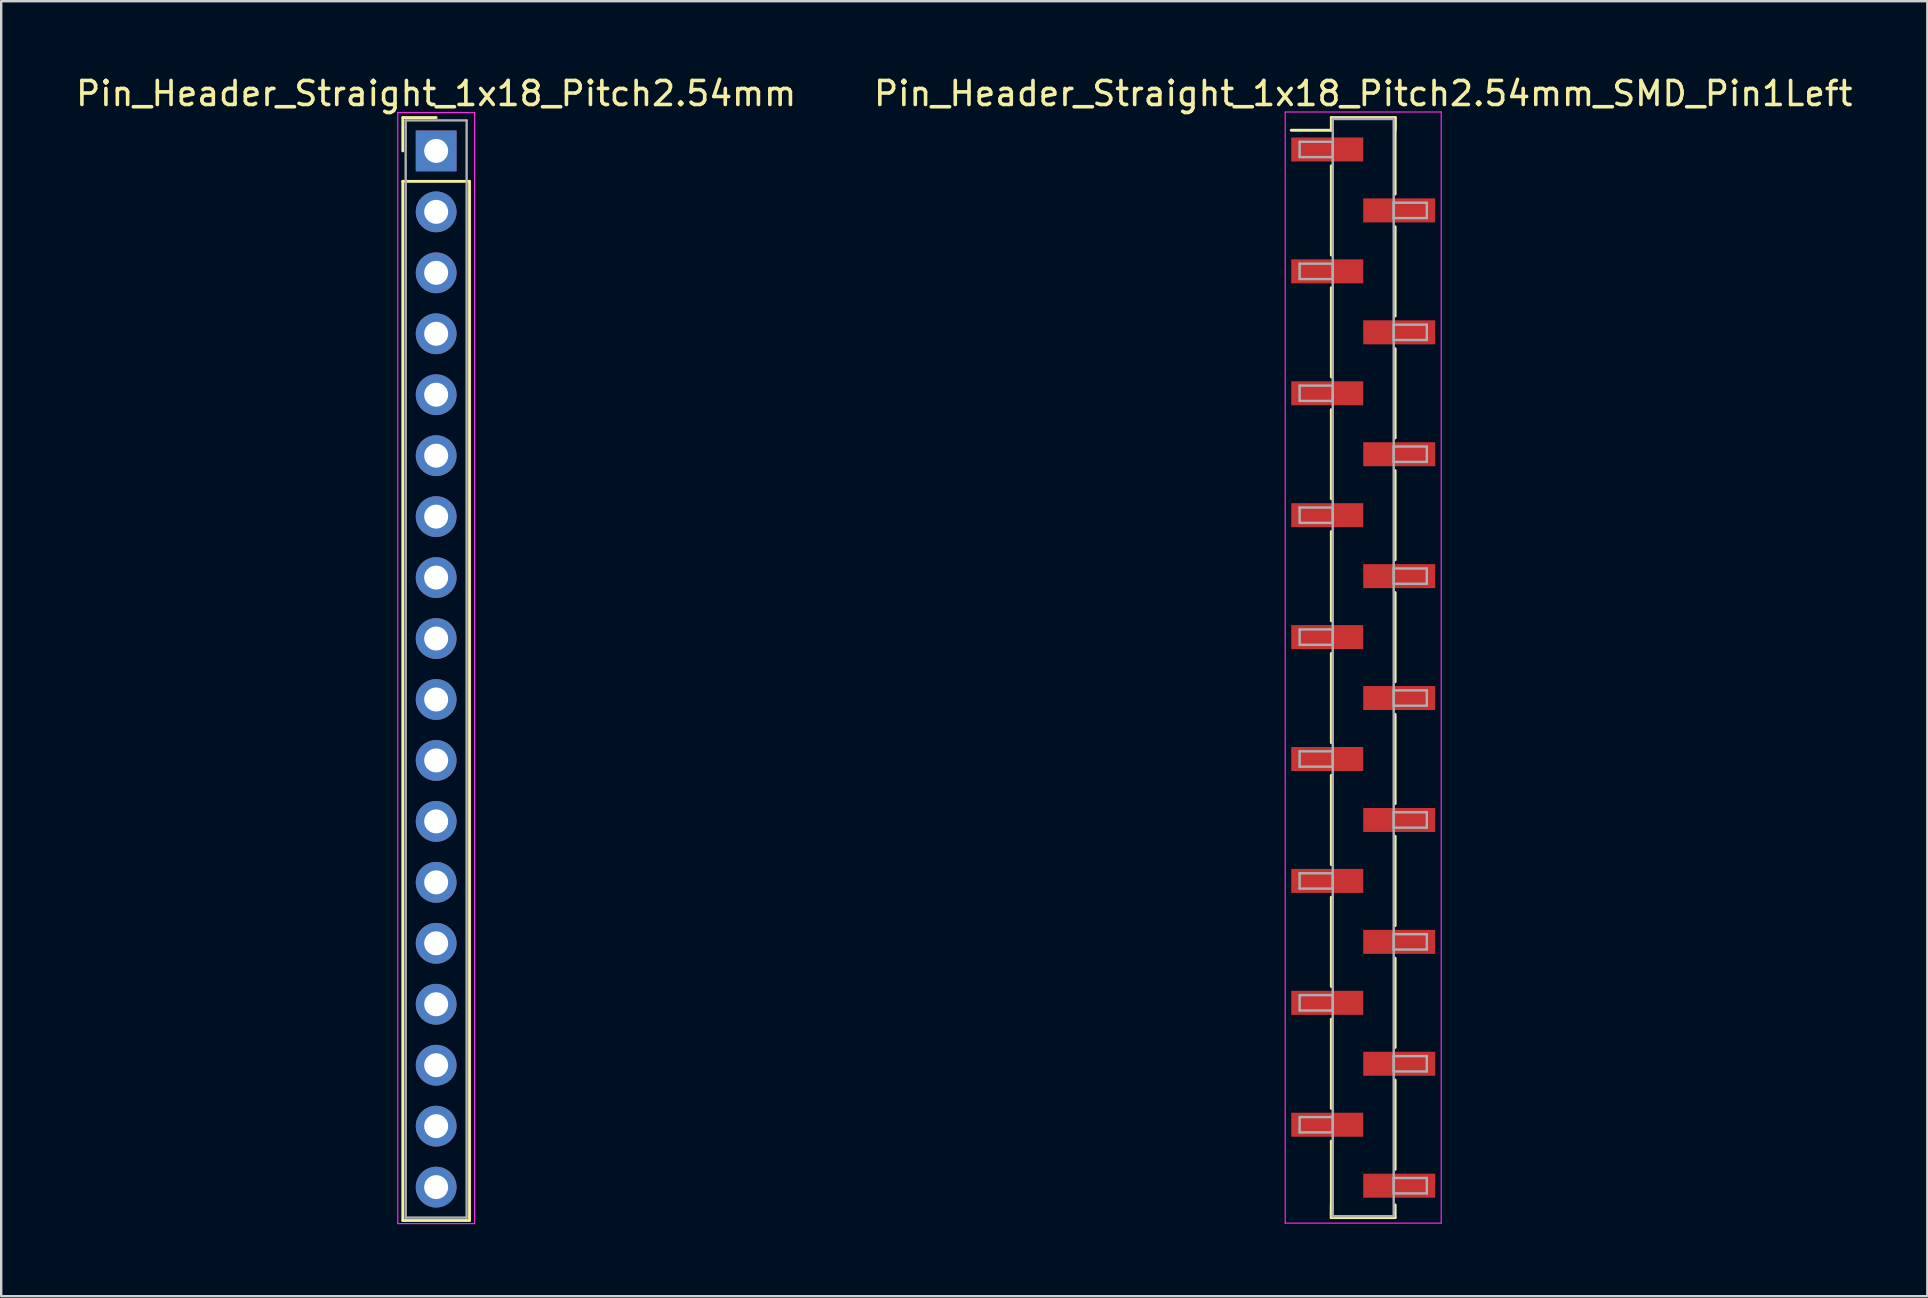
<source format=kicad_pcb>
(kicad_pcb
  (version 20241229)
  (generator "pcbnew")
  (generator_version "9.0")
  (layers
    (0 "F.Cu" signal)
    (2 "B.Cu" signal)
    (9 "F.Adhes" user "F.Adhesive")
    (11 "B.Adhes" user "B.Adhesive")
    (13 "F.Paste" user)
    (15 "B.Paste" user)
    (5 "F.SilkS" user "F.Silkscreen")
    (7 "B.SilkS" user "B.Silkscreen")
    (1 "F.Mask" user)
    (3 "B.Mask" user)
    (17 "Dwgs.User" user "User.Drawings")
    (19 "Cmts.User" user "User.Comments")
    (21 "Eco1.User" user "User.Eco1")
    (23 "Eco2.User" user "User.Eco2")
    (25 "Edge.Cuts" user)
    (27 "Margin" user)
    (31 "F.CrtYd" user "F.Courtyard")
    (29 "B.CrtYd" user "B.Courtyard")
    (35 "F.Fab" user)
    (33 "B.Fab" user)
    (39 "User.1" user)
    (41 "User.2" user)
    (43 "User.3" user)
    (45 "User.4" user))
  (footprint "Pin_Header_Straight_1x18_Pitch2.54mm"
    (layer "F.Cu")
    (at 15.125 3.238)
    (property "Reference" "Pin_Header_Straight_1x18_Pitch2.54mm" (at 0 -2.39 0) (layer "F.SilkS") (effects (font (size 1 1) (thickness 0.15))))
    (attr through_hole)
    (fp_line (start -1.39 -1.39) (end 0 -1.39) (stroke (width 0.12) (type solid)) (layer "F.SilkS"))
    (fp_line (start -1.39 0) (end -1.39 -1.39) (stroke (width 0.12) (type solid)) (layer "F.SilkS"))
    (fp_line (start -1.39 1.27) (end -1.39 44.57) (stroke (width 0.12) (type solid)) (layer "F.SilkS"))
    (fp_line (start -1.39 44.57) (end 1.39 44.57) (stroke (width 0.12) (type solid)) (layer "F.SilkS"))
    (fp_line (start 1.39 1.27) (end -1.39 1.27) (stroke (width 0.12) (type solid)) (layer "F.SilkS"))
    (fp_line (start 1.39 44.57) (end 1.39 1.27) (stroke (width 0.12) (type solid)) (layer "F.SilkS"))
    (fp_line (start -1.6 -1.6) (end -1.6 44.7) (stroke (width 0.05) (type solid)) (layer "F.CrtYd"))
    (fp_line (start -1.6 44.7) (end 1.6 44.7) (stroke (width 0.05) (type solid)) (layer "F.CrtYd"))
    (fp_line (start 1.6 -1.6) (end -1.6 -1.6) (stroke (width 0.05) (type solid)) (layer "F.CrtYd"))
    (fp_line (start 1.6 44.7) (end 1.6 -1.6) (stroke (width 0.05) (type solid)) (layer "F.CrtYd"))
    (fp_line (start -1.27 -1.27) (end -1.27 44.45) (stroke (width 0.1) (type solid)) (layer "F.Fab"))
    (fp_line (start -1.27 44.45) (end 1.27 44.45) (stroke (width 0.1) (type solid)) (layer "F.Fab"))
    (fp_line (start 1.27 -1.27) (end -1.27 -1.27) (stroke (width 0.1) (type solid)) (layer "F.Fab"))
    (fp_line (start 1.27 44.45) (end 1.27 -1.27) (stroke (width 0.1) (type solid)) (layer "F.Fab"))
    (pad "1" thru_hole rect (at 0 0) (size 1.7 1.7) (drill 1) (layers "*.Cu" "*.Mask"))
    (pad "2" thru_hole oval (at 0 2.54) (size 1.7 1.7) (drill 1) (layers "*.Cu" "*.Mask"))
    (pad "3" thru_hole oval (at 0 5.08) (size 1.7 1.7) (drill 1) (layers "*.Cu" "*.Mask"))
    (pad "4" thru_hole oval (at 0 7.62) (size 1.7 1.7) (drill 1) (layers "*.Cu" "*.Mask"))
    (pad "5" thru_hole oval (at 0 10.16) (size 1.7 1.7) (drill 1) (layers "*.Cu" "*.Mask"))
    (pad "6" thru_hole oval (at 0 12.7) (size 1.7 1.7) (drill 1) (layers "*.Cu" "*.Mask"))
    (pad "7" thru_hole oval (at 0 15.24) (size 1.7 1.7) (drill 1) (layers "*.Cu" "*.Mask"))
    (pad "8" thru_hole oval (at 0 17.78) (size 1.7 1.7) (drill 1) (layers "*.Cu" "*.Mask"))
    (pad "9" thru_hole oval (at 0 20.32) (size 1.7 1.7) (drill 1) (layers "*.Cu" "*.Mask"))
    (pad "10" thru_hole oval (at 0 22.86) (size 1.7 1.7) (drill 1) (layers "*.Cu" "*.Mask"))
    (pad "11" thru_hole oval (at 0 25.4) (size 1.7 1.7) (drill 1) (layers "*.Cu" "*.Mask"))
    (pad "12" thru_hole oval (at 0 27.94) (size 1.7 1.7) (drill 1) (layers "*.Cu" "*.Mask"))
    (pad "13" thru_hole oval (at 0 30.48) (size 1.7 1.7) (drill 1) (layers "*.Cu" "*.Mask"))
    (pad "14" thru_hole oval (at 0 33.02) (size 1.7 1.7) (drill 1) (layers "*.Cu" "*.Mask"))
    (pad "15" thru_hole oval (at 0 35.56) (size 1.7 1.7) (drill 1) (layers "*.Cu" "*.Mask"))
    (pad "16" thru_hole oval (at 0 38.1) (size 1.7 1.7) (drill 1) (layers "*.Cu" "*.Mask"))
    (pad "17" thru_hole oval (at 0 40.64) (size 1.7 1.7) (drill 1) (layers "*.Cu" "*.Mask"))
    (pad "18" thru_hole oval (at 0 43.18) (size 1.7 1.7) (drill 1) (layers "*.Cu" "*.Mask")))
  (footprint "Pin_Header_Straight_1x18_Pitch2.54mm_SMD_Pin1Left"
    (layer "F.Cu")
    (at 53.756 24.768)
    (property "Reference" "Pin_Header_Straight_1x18_Pitch2.54mm_SMD_Pin1Left" (at 0 -23.92 0) (layer "F.SilkS") (effects (font (size 1 1) (thickness 0.15))))
    (attr smd)
    (fp_line (start -1.33 -22.92) (end 1.33 -22.92) (stroke (width 0.12) (type solid)) (layer "F.SilkS"))
    (fp_line (start -1.33 -22.39) (end -3 -22.39) (stroke (width 0.12) (type solid)) (layer "F.SilkS"))
    (fp_line (start -1.33 -22.39) (end -1.33 -22.92) (stroke (width 0.12) (type solid)) (layer "F.SilkS"))
    (fp_line (start -1.33 -20.91) (end -1.33 -17.19) (stroke (width 0.12) (type solid)) (layer "F.SilkS"))
    (fp_line (start -1.33 -15.83) (end -1.33 -12.11) (stroke (width 0.12) (type solid)) (layer "F.SilkS"))
    (fp_line (start -1.33 -10.75) (end -1.33 -7.03) (stroke (width 0.12) (type solid)) (layer "F.SilkS"))
    (fp_line (start -1.33 -5.67) (end -1.33 -1.95) (stroke (width 0.12) (type solid)) (layer "F.SilkS"))
    (fp_line (start -1.33 -0.59) (end -1.33 3.13) (stroke (width 0.12) (type solid)) (layer "F.SilkS"))
    (fp_line (start -1.33 4.49) (end -1.33 8.21) (stroke (width 0.12) (type solid)) (layer "F.SilkS"))
    (fp_line (start -1.33 9.57) (end -1.33 13.29) (stroke (width 0.12) (type solid)) (layer "F.SilkS"))
    (fp_line (start -1.33 14.65) (end -1.33 18.37) (stroke (width 0.12) (type solid)) (layer "F.SilkS"))
    (fp_line (start -1.33 19.73) (end -1.33 22.92) (stroke (width 0.12) (type solid)) (layer "F.SilkS"))
    (fp_line (start -1.33 22.39) (end -1.33 22.92) (stroke (width 0.12) (type solid)) (layer "F.SilkS"))
    (fp_line (start -1.33 22.92) (end 1.33 22.92) (stroke (width 0.12) (type solid)) (layer "F.SilkS"))
    (fp_line (start 1.33 -22.92) (end 1.33 -22.39) (stroke (width 0.12) (type solid)) (layer "F.SilkS"))
    (fp_line (start 1.33 -22.92) (end 1.33 -19.73) (stroke (width 0.12) (type solid)) (layer "F.SilkS"))
    (fp_line (start 1.33 -18.37) (end 1.33 -14.65) (stroke (width 0.12) (type solid)) (layer "F.SilkS"))
    (fp_line (start 1.33 -13.29) (end 1.33 -9.57) (stroke (width 0.12) (type solid)) (layer "F.SilkS"))
    (fp_line (start 1.33 -8.21) (end 1.33 -4.49) (stroke (width 0.12) (type solid)) (layer "F.SilkS"))
    (fp_line (start 1.33 -3.13) (end 1.33 0.59) (stroke (width 0.12) (type solid)) (layer "F.SilkS"))
    (fp_line (start 1.33 1.95) (end 1.33 5.67) (stroke (width 0.12) (type solid)) (layer "F.SilkS"))
    (fp_line (start 1.33 7.03) (end 1.33 10.75) (stroke (width 0.12) (type solid)) (layer "F.SilkS"))
    (fp_line (start 1.33 12.11) (end 1.33 15.83) (stroke (width 0.12) (type solid)) (layer "F.SilkS"))
    (fp_line (start 1.33 17.19) (end 1.33 20.91) (stroke (width 0.12) (type solid)) (layer "F.SilkS"))
    (fp_line (start 1.33 22.92) (end 1.33 22.39) (stroke (width 0.12) (type solid)) (layer "F.SilkS"))
    (fp_line (start -3.25 -23.15) (end -3.25 23.15) (stroke (width 0.05) (type solid)) (layer "F.CrtYd"))
    (fp_line (start -3.25 23.15) (end 3.25 23.15) (stroke (width 0.05) (type solid)) (layer "F.CrtYd"))
    (fp_line (start 3.25 -23.15) (end -3.25 -23.15) (stroke (width 0.05) (type solid)) (layer "F.CrtYd"))
    (fp_line (start 3.25 23.15) (end 3.25 -23.15) (stroke (width 0.05) (type solid)) (layer "F.CrtYd"))
    (fp_line (start -2.65 -21.91) (end -1.27 -21.91) (stroke (width 0.1) (type solid)) (layer "F.Fab"))
    (fp_line (start -2.65 -21.27) (end -2.65 -21.91) (stroke (width 0.1) (type solid)) (layer "F.Fab"))
    (fp_line (start -2.65 -16.83) (end -1.27 -16.83) (stroke (width 0.1) (type solid)) (layer "F.Fab"))
    (fp_line (start -2.65 -16.19) (end -2.65 -16.83) (stroke (width 0.1) (type solid)) (layer "F.Fab"))
    (fp_line (start -2.65 -11.75) (end -1.27 -11.75) (stroke (width 0.1) (type solid)) (layer "F.Fab"))
    (fp_line (start -2.65 -11.11) (end -2.65 -11.75) (stroke (width 0.1) (type solid)) (layer "F.Fab"))
    (fp_line (start -2.65 -6.67) (end -1.27 -6.67) (stroke (width 0.1) (type solid)) (layer "F.Fab"))
    (fp_line (start -2.65 -6.03) (end -2.65 -6.67) (stroke (width 0.1) (type solid)) (layer "F.Fab"))
    (fp_line (start -2.65 -1.59) (end -1.27 -1.59) (stroke (width 0.1) (type solid)) (layer "F.Fab"))
    (fp_line (start -2.65 -0.95) (end -2.65 -1.59) (stroke (width 0.1) (type solid)) (layer "F.Fab"))
    (fp_line (start -2.65 3.49) (end -1.27 3.49) (stroke (width 0.1) (type solid)) (layer "F.Fab"))
    (fp_line (start -2.65 4.13) (end -2.65 3.49) (stroke (width 0.1) (type solid)) (layer "F.Fab"))
    (fp_line (start -2.65 8.57) (end -1.27 8.57) (stroke (width 0.1) (type solid)) (layer "F.Fab"))
    (fp_line (start -2.65 9.21) (end -2.65 8.57) (stroke (width 0.1) (type solid)) (layer "F.Fab"))
    (fp_line (start -2.65 13.65) (end -1.27 13.65) (stroke (width 0.1) (type solid)) (layer "F.Fab"))
    (fp_line (start -2.65 14.29) (end -2.65 13.65) (stroke (width 0.1) (type solid)) (layer "F.Fab"))
    (fp_line (start -2.65 18.73) (end -1.27 18.73) (stroke (width 0.1) (type solid)) (layer "F.Fab"))
    (fp_line (start -2.65 19.37) (end -2.65 18.73) (stroke (width 0.1) (type solid)) (layer "F.Fab"))
    (fp_line (start -1.27 -22.86) (end -1.27 22.86) (stroke (width 0.1) (type solid)) (layer "F.Fab"))
    (fp_line (start -1.27 -21.91) (end -1.27 -21.27) (stroke (width 0.1) (type solid)) (layer "F.Fab"))
    (fp_line (start -1.27 -21.27) (end -2.65 -21.27) (stroke (width 0.1) (type solid)) (layer "F.Fab"))
    (fp_line (start -1.27 -16.83) (end -1.27 -16.19) (stroke (width 0.1) (type solid)) (layer "F.Fab"))
    (fp_line (start -1.27 -16.19) (end -2.65 -16.19) (stroke (width 0.1) (type solid)) (layer "F.Fab"))
    (fp_line (start -1.27 -11.75) (end -1.27 -11.11) (stroke (width 0.1) (type solid)) (layer "F.Fab"))
    (fp_line (start -1.27 -11.11) (end -2.65 -11.11) (stroke (width 0.1) (type solid)) (layer "F.Fab"))
    (fp_line (start -1.27 -6.67) (end -1.27 -6.03) (stroke (width 0.1) (type solid)) (layer "F.Fab"))
    (fp_line (start -1.27 -6.03) (end -2.65 -6.03) (stroke (width 0.1) (type solid)) (layer "F.Fab"))
    (fp_line (start -1.27 -1.59) (end -1.27 -0.95) (stroke (width 0.1) (type solid)) (layer "F.Fab"))
    (fp_line (start -1.27 -0.95) (end -2.65 -0.95) (stroke (width 0.1) (type solid)) (layer "F.Fab"))
    (fp_line (start -1.27 3.49) (end -1.27 4.13) (stroke (width 0.1) (type solid)) (layer "F.Fab"))
    (fp_line (start -1.27 4.13) (end -2.65 4.13) (stroke (width 0.1) (type solid)) (layer "F.Fab"))
    (fp_line (start -1.27 8.57) (end -1.27 9.21) (stroke (width 0.1) (type solid)) (layer "F.Fab"))
    (fp_line (start -1.27 9.21) (end -2.65 9.21) (stroke (width 0.1) (type solid)) (layer "F.Fab"))
    (fp_line (start -1.27 13.65) (end -1.27 14.29) (stroke (width 0.1) (type solid)) (layer "F.Fab"))
    (fp_line (start -1.27 14.29) (end -2.65 14.29) (stroke (width 0.1) (type solid)) (layer "F.Fab"))
    (fp_line (start -1.27 18.73) (end -1.27 19.37) (stroke (width 0.1) (type solid)) (layer "F.Fab"))
    (fp_line (start -1.27 19.37) (end -2.65 19.37) (stroke (width 0.1) (type solid)) (layer "F.Fab"))
    (fp_line (start -1.27 22.86) (end 1.27 22.86) (stroke (width 0.1) (type solid)) (layer "F.Fab"))
    (fp_line (start 1.27 -22.86) (end -1.27 -22.86) (stroke (width 0.1) (type solid)) (layer "F.Fab"))
    (fp_line (start 1.27 -19.37) (end 1.27 -18.73) (stroke (width 0.1) (type solid)) (layer "F.Fab"))
    (fp_line (start 1.27 -18.73) (end 2.65 -18.73) (stroke (width 0.1) (type solid)) (layer "F.Fab"))
    (fp_line (start 1.27 -14.29) (end 1.27 -13.65) (stroke (width 0.1) (type solid)) (layer "F.Fab"))
    (fp_line (start 1.27 -13.65) (end 2.65 -13.65) (stroke (width 0.1) (type solid)) (layer "F.Fab"))
    (fp_line (start 1.27 -9.21) (end 1.27 -8.57) (stroke (width 0.1) (type solid)) (layer "F.Fab"))
    (fp_line (start 1.27 -8.57) (end 2.65 -8.57) (stroke (width 0.1) (type solid)) (layer "F.Fab"))
    (fp_line (start 1.27 -4.13) (end 1.27 -3.49) (stroke (width 0.1) (type solid)) (layer "F.Fab"))
    (fp_line (start 1.27 -3.49) (end 2.65 -3.49) (stroke (width 0.1) (type solid)) (layer "F.Fab"))
    (fp_line (start 1.27 0.95) (end 1.27 1.59) (stroke (width 0.1) (type solid)) (layer "F.Fab"))
    (fp_line (start 1.27 1.59) (end 2.65 1.59) (stroke (width 0.1) (type solid)) (layer "F.Fab"))
    (fp_line (start 1.27 6.03) (end 1.27 6.67) (stroke (width 0.1) (type solid)) (layer "F.Fab"))
    (fp_line (start 1.27 6.67) (end 2.65 6.67) (stroke (width 0.1) (type solid)) (layer "F.Fab"))
    (fp_line (start 1.27 11.11) (end 1.27 11.75) (stroke (width 0.1) (type solid)) (layer "F.Fab"))
    (fp_line (start 1.27 11.75) (end 2.65 11.75) (stroke (width 0.1) (type solid)) (layer "F.Fab"))
    (fp_line (start 1.27 16.19) (end 1.27 16.83) (stroke (width 0.1) (type solid)) (layer "F.Fab"))
    (fp_line (start 1.27 16.83) (end 2.65 16.83) (stroke (width 0.1) (type solid)) (layer "F.Fab"))
    (fp_line (start 1.27 21.27) (end 1.27 21.91) (stroke (width 0.1) (type solid)) (layer "F.Fab"))
    (fp_line (start 1.27 21.91) (end 2.65 21.91) (stroke (width 0.1) (type solid)) (layer "F.Fab"))
    (fp_line (start 1.27 22.86) (end 1.27 -22.86) (stroke (width 0.1) (type solid)) (layer "F.Fab"))
    (fp_line (start 2.65 -19.37) (end 1.27 -19.37) (stroke (width 0.1) (type solid)) (layer "F.Fab"))
    (fp_line (start 2.65 -18.73) (end 2.65 -19.37) (stroke (width 0.1) (type solid)) (layer "F.Fab"))
    (fp_line (start 2.65 -14.29) (end 1.27 -14.29) (stroke (width 0.1) (type solid)) (layer "F.Fab"))
    (fp_line (start 2.65 -13.65) (end 2.65 -14.29) (stroke (width 0.1) (type solid)) (layer "F.Fab"))
    (fp_line (start 2.65 -9.21) (end 1.27 -9.21) (stroke (width 0.1) (type solid)) (layer "F.Fab"))
    (fp_line (start 2.65 -8.57) (end 2.65 -9.21) (stroke (width 0.1) (type solid)) (layer "F.Fab"))
    (fp_line (start 2.65 -4.13) (end 1.27 -4.13) (stroke (width 0.1) (type solid)) (layer "F.Fab"))
    (fp_line (start 2.65 -3.49) (end 2.65 -4.13) (stroke (width 0.1) (type solid)) (layer "F.Fab"))
    (fp_line (start 2.65 0.95) (end 1.27 0.95) (stroke (width 0.1) (type solid)) (layer "F.Fab"))
    (fp_line (start 2.65 1.59) (end 2.65 0.95) (stroke (width 0.1) (type solid)) (layer "F.Fab"))
    (fp_line (start 2.65 6.03) (end 1.27 6.03) (stroke (width 0.1) (type solid)) (layer "F.Fab"))
    (fp_line (start 2.65 6.67) (end 2.65 6.03) (stroke (width 0.1) (type solid)) (layer "F.Fab"))
    (fp_line (start 2.65 11.11) (end 1.27 11.11) (stroke (width 0.1) (type solid)) (layer "F.Fab"))
    (fp_line (start 2.65 11.75) (end 2.65 11.11) (stroke (width 0.1) (type solid)) (layer "F.Fab"))
    (fp_line (start 2.65 16.19) (end 1.27 16.19) (stroke (width 0.1) (type solid)) (layer "F.Fab"))
    (fp_line (start 2.65 16.83) (end 2.65 16.19) (stroke (width 0.1) (type solid)) (layer "F.Fab"))
    (fp_line (start 2.65 21.27) (end 1.27 21.27) (stroke (width 0.1) (type solid)) (layer "F.Fab"))
    (fp_line (start 2.65 21.91) (end 2.65 21.27) (stroke (width 0.1) (type solid)) (layer "F.Fab"))
    (pad "1" smd rect (at -1.5 -21.59) (size 3 1) (layers "F.Cu" "F.Mask"))
    (pad "2" smd rect (at 1.5 -19.05) (size 3 1) (layers "F.Cu" "F.Mask"))
    (pad "3" smd rect (at -1.5 -16.51) (size 3 1) (layers "F.Cu" "F.Mask"))
    (pad "4" smd rect (at 1.5 -13.97) (size 3 1) (layers "F.Cu" "F.Mask"))
    (pad "5" smd rect (at -1.5 -11.43) (size 3 1) (layers "F.Cu" "F.Mask"))
    (pad "6" smd rect (at 1.5 -8.89) (size 3 1) (layers "F.Cu" "F.Mask"))
    (pad "7" smd rect (at -1.5 -6.35) (size 3 1) (layers "F.Cu" "F.Mask"))
    (pad "8" smd rect (at 1.5 -3.81) (size 3 1) (layers "F.Cu" "F.Mask"))
    (pad "9" smd rect (at -1.5 -1.27) (size 3 1) (layers "F.Cu" "F.Mask"))
    (pad "10" smd rect (at 1.5 1.27) (size 3 1) (layers "F.Cu" "F.Mask"))
    (pad "11" smd rect (at -1.5 3.81) (size 3 1) (layers "F.Cu" "F.Mask"))
    (pad "12" smd rect (at 1.5 6.35) (size 3 1) (layers "F.Cu" "F.Mask"))
    (pad "13" smd rect (at -1.5 8.89) (size 3 1) (layers "F.Cu" "F.Mask"))
    (pad "14" smd rect (at 1.5 11.43) (size 3 1) (layers "F.Cu" "F.Mask"))
    (pad "15" smd rect (at -1.5 13.97) (size 3 1) (layers "F.Cu" "F.Mask"))
    (pad "16" smd rect (at 1.5 16.51) (size 3 1) (layers "F.Cu" "F.Mask"))
    (pad "17" smd rect (at -1.5 19.05) (size 3 1) (layers "F.Cu" "F.Mask"))
    (pad "18" smd rect (at 1.5 21.59) (size 3 1) (layers "F.Cu" "F.Mask")))
  (gr_rect
    (start -3 -3)
    (end 77.262 50.963)
    (stroke (width 0.1) (type default))
    (fill no)
    (layer "Edge.Cuts")))
</source>
